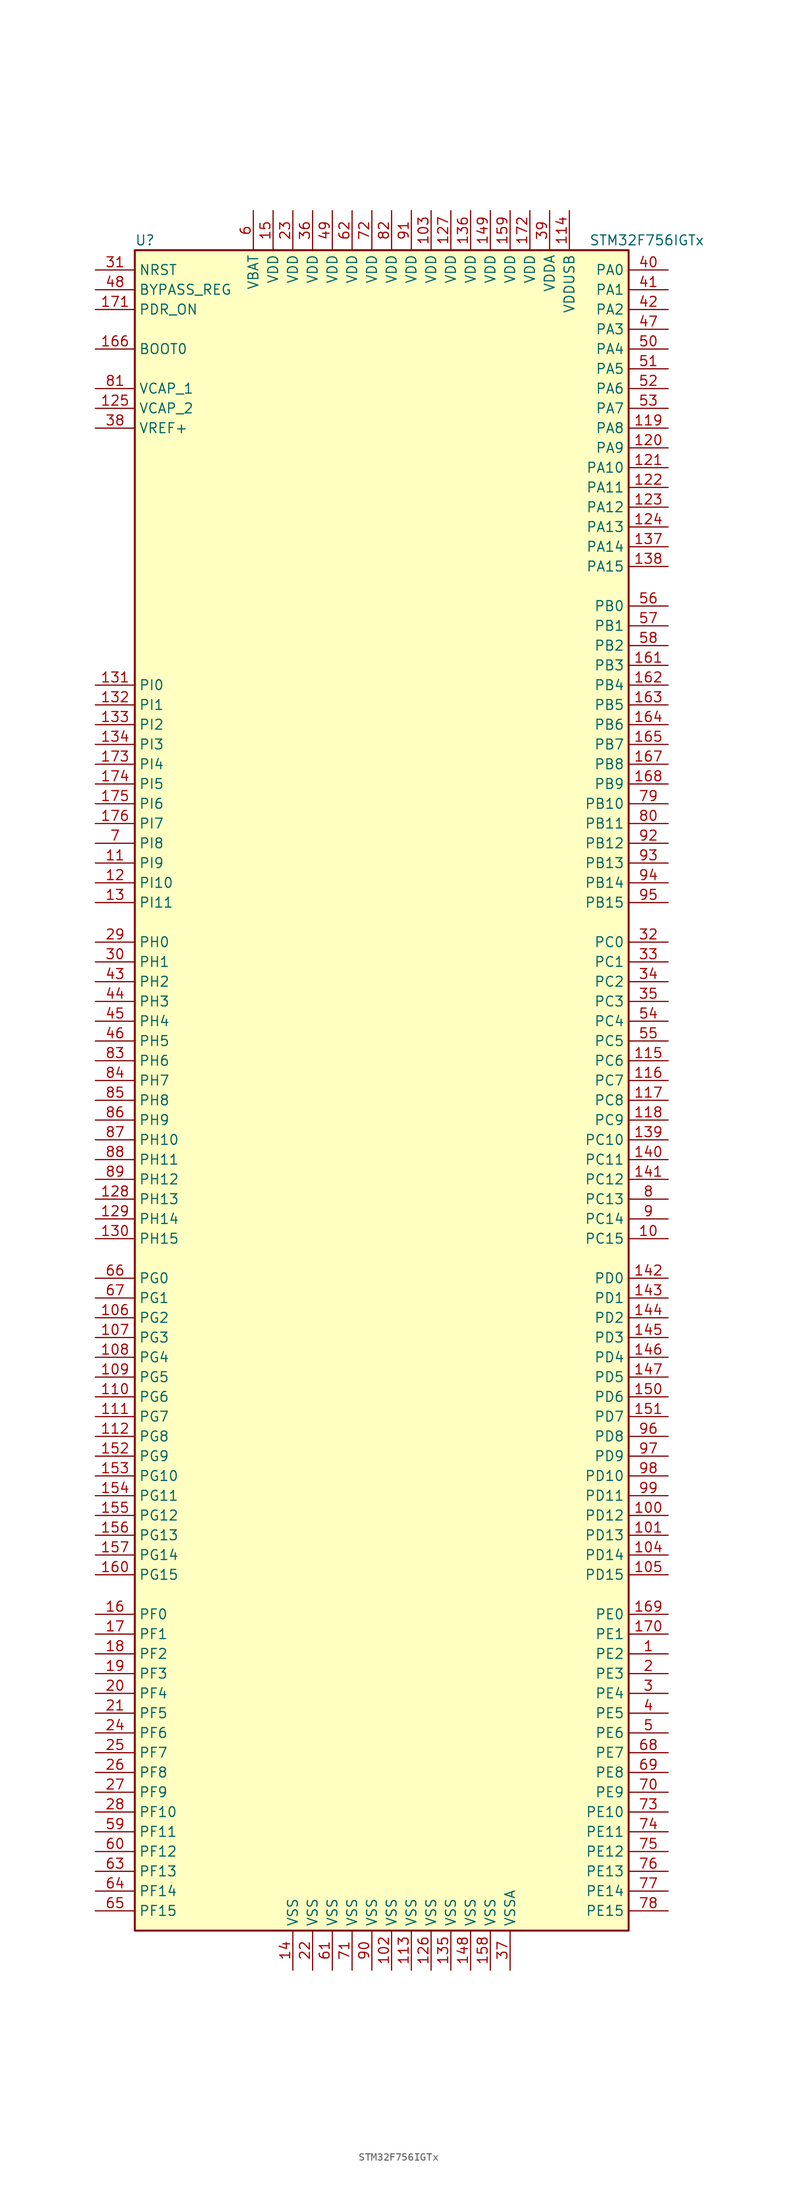
<source format=kicad_sym>
(kicad_symbol_lib
  (version 20201005)
  (generator kicad_symbol_editor)
  (symbol "STM32F756IGTx"
    (property "Reference" "U"
      (at -33.02 107.95 0)
      (effects (font (size 1.27 1.27)) (justify left)))
    (property "Value" "STM32F756IGTx"
      (at 25.4 107.95 0)
      (effects (font (size 1.27 1.27)) (justify left)))
    (symbol "STM32F756IGTx_0_1"
      (rectangle (start -33.02 -109.22) (end 30.48 106.68) (stroke (width 0.254)) (fill (type background))))
    (symbol "STM32F756IGTx_1_1"
      (pin bidirectional line (at 35.56 -73.66 180) (length 5.08) (name "PE2" (effects (font (size 1.27 1.27)))) (number "1" (effects (font (size 1.27 1.27)))))
      (pin bidirectional line (at 35.56 -20.32 180) (length 5.08) (name "PC15" (effects (font (size 1.27 1.27)))) (number "10" (effects (font (size 1.27 1.27)))))
      (pin bidirectional line (at 35.56 -55.88 180) (length 5.08) (name "PD12" (effects (font (size 1.27 1.27)))) (number "100" (effects (font (size 1.27 1.27)))))
      (pin bidirectional line (at 35.56 -58.42 180) (length 5.08) (name "PD13" (effects (font (size 1.27 1.27)))) (number "101" (effects (font (size 1.27 1.27)))))
      (pin power_in line (at 0 -114.3 90) (length 5.08) (name "VSS" (effects (font (size 1.27 1.27)))) (number "102" (effects (font (size 1.27 1.27)))))
      (pin power_in line (at 5.08 111.76 270) (length 5.08) (name "VDD" (effects (font (size 1.27 1.27)))) (number "103" (effects (font (size 1.27 1.27)))))
      (pin bidirectional line (at 35.56 -60.96 180) (length 5.08) (name "PD14" (effects (font (size 1.27 1.27)))) (number "104" (effects (font (size 1.27 1.27)))))
      (pin bidirectional line (at 35.56 -63.5 180) (length 5.08) (name "PD15" (effects (font (size 1.27 1.27)))) (number "105" (effects (font (size 1.27 1.27)))))
      (pin bidirectional line (at -38.1 -30.48 0) (length 5.08) (name "PG2" (effects (font (size 1.27 1.27)))) (number "106" (effects (font (size 1.27 1.27)))))
      (pin bidirectional line (at -38.1 -33.02 0) (length 5.08) (name "PG3" (effects (font (size 1.27 1.27)))) (number "107" (effects (font (size 1.27 1.27)))))
      (pin bidirectional line (at -38.1 -35.56 0) (length 5.08) (name "PG4" (effects (font (size 1.27 1.27)))) (number "108" (effects (font (size 1.27 1.27)))))
      (pin bidirectional line (at -38.1 -38.1 0) (length 5.08) (name "PG5" (effects (font (size 1.27 1.27)))) (number "109" (effects (font (size 1.27 1.27)))))
      (pin bidirectional line (at -38.1 27.94 0) (length 5.08) (name "PI9" (effects (font (size 1.27 1.27)))) (number "11" (effects (font (size 1.27 1.27)))))
      (pin bidirectional line (at -38.1 -40.64 0) (length 5.08) (name "PG6" (effects (font (size 1.27 1.27)))) (number "110" (effects (font (size 1.27 1.27)))))
      (pin bidirectional line (at -38.1 -43.18 0) (length 5.08) (name "PG7" (effects (font (size 1.27 1.27)))) (number "111" (effects (font (size 1.27 1.27)))))
      (pin bidirectional line (at -38.1 -45.72 0) (length 5.08) (name "PG8" (effects (font (size 1.27 1.27)))) (number "112" (effects (font (size 1.27 1.27)))))
      (pin power_in line (at 2.54 -114.3 90) (length 5.08) (name "VSS" (effects (font (size 1.27 1.27)))) (number "113" (effects (font (size 1.27 1.27)))))
      (pin power_in line (at 22.86 111.76 270) (length 5.08) (name "VDDUSB" (effects (font (size 1.27 1.27)))) (number "114" (effects (font (size 1.27 1.27)))))
      (pin bidirectional line (at 35.56 2.54 180) (length 5.08) (name "PC6" (effects (font (size 1.27 1.27)))) (number "115" (effects (font (size 1.27 1.27)))))
      (pin bidirectional line (at 35.56 0 180) (length 5.08) (name "PC7" (effects (font (size 1.27 1.27)))) (number "116" (effects (font (size 1.27 1.27)))))
      (pin bidirectional line (at 35.56 -2.54 180) (length 5.08) (name "PC8" (effects (font (size 1.27 1.27)))) (number "117" (effects (font (size 1.27 1.27)))))
      (pin bidirectional line (at 35.56 -5.08 180) (length 5.08) (name "PC9" (effects (font (size 1.27 1.27)))) (number "118" (effects (font (size 1.27 1.27)))))
      (pin bidirectional line (at 35.56 83.82 180) (length 5.08) (name "PA8" (effects (font (size 1.27 1.27)))) (number "119" (effects (font (size 1.27 1.27)))))
      (pin bidirectional line (at -38.1 25.4 0) (length 5.08) (name "PI10" (effects (font (size 1.27 1.27)))) (number "12" (effects (font (size 1.27 1.27)))))
      (pin bidirectional line (at 35.56 81.28 180) (length 5.08) (name "PA9" (effects (font (size 1.27 1.27)))) (number "120" (effects (font (size 1.27 1.27)))))
      (pin bidirectional line (at 35.56 78.74 180) (length 5.08) (name "PA10" (effects (font (size 1.27 1.27)))) (number "121" (effects (font (size 1.27 1.27)))))
      (pin bidirectional line (at 35.56 76.2 180) (length 5.08) (name "PA11" (effects (font (size 1.27 1.27)))) (number "122" (effects (font (size 1.27 1.27)))))
      (pin bidirectional line (at 35.56 73.66 180) (length 5.08) (name "PA12" (effects (font (size 1.27 1.27)))) (number "123" (effects (font (size 1.27 1.27)))))
      (pin bidirectional line (at 35.56 71.12 180) (length 5.08) (name "PA13" (effects (font (size 1.27 1.27)))) (number "124" (effects (font (size 1.27 1.27)))))
      (pin power_in line (at -38.1 86.36 0) (length 5.08) (name "VCAP_2" (effects (font (size 1.27 1.27)))) (number "125" (effects (font (size 1.27 1.27)))))
      (pin power_in line (at 5.08 -114.3 90) (length 5.08) (name "VSS" (effects (font (size 1.27 1.27)))) (number "126" (effects (font (size 1.27 1.27)))))
      (pin power_in line (at 7.62 111.76 270) (length 5.08) (name "VDD" (effects (font (size 1.27 1.27)))) (number "127" (effects (font (size 1.27 1.27)))))
      (pin bidirectional line (at -38.1 -15.24 0) (length 5.08) (name "PH13" (effects (font (size 1.27 1.27)))) (number "128" (effects (font (size 1.27 1.27)))))
      (pin bidirectional line (at -38.1 -17.78 0) (length 5.08) (name "PH14" (effects (font (size 1.27 1.27)))) (number "129" (effects (font (size 1.27 1.27)))))
      (pin bidirectional line (at -38.1 22.86 0) (length 5.08) (name "PI11" (effects (font (size 1.27 1.27)))) (number "13" (effects (font (size 1.27 1.27)))))
      (pin bidirectional line (at -38.1 -20.32 0) (length 5.08) (name "PH15" (effects (font (size 1.27 1.27)))) (number "130" (effects (font (size 1.27 1.27)))))
      (pin bidirectional line (at -38.1 50.8 0) (length 5.08) (name "PI0" (effects (font (size 1.27 1.27)))) (number "131" (effects (font (size 1.27 1.27)))))
      (pin bidirectional line (at -38.1 48.26 0) (length 5.08) (name "PI1" (effects (font (size 1.27 1.27)))) (number "132" (effects (font (size 1.27 1.27)))))
      (pin bidirectional line (at -38.1 45.72 0) (length 5.08) (name "PI2" (effects (font (size 1.27 1.27)))) (number "133" (effects (font (size 1.27 1.27)))))
      (pin bidirectional line (at -38.1 43.18 0) (length 5.08) (name "PI3" (effects (font (size 1.27 1.27)))) (number "134" (effects (font (size 1.27 1.27)))))
      (pin power_in line (at 7.62 -114.3 90) (length 5.08) (name "VSS" (effects (font (size 1.27 1.27)))) (number "135" (effects (font (size 1.27 1.27)))))
      (pin power_in line (at 10.16 111.76 270) (length 5.08) (name "VDD" (effects (font (size 1.27 1.27)))) (number "136" (effects (font (size 1.27 1.27)))))
      (pin bidirectional line (at 35.56 68.58 180) (length 5.08) (name "PA14" (effects (font (size 1.27 1.27)))) (number "137" (effects (font (size 1.27 1.27)))))
      (pin bidirectional line (at 35.56 66.04 180) (length 5.08) (name "PA15" (effects (font (size 1.27 1.27)))) (number "138" (effects (font (size 1.27 1.27)))))
      (pin bidirectional line (at 35.56 -7.62 180) (length 5.08) (name "PC10" (effects (font (size 1.27 1.27)))) (number "139" (effects (font (size 1.27 1.27)))))
      (pin power_in line (at -12.7 -114.3 90) (length 5.08) (name "VSS" (effects (font (size 1.27 1.27)))) (number "14" (effects (font (size 1.27 1.27)))))
      (pin bidirectional line (at 35.56 -10.16 180) (length 5.08) (name "PC11" (effects (font (size 1.27 1.27)))) (number "140" (effects (font (size 1.27 1.27)))))
      (pin bidirectional line (at 35.56 -12.7 180) (length 5.08) (name "PC12" (effects (font (size 1.27 1.27)))) (number "141" (effects (font (size 1.27 1.27)))))
      (pin bidirectional line (at 35.56 -25.4 180) (length 5.08) (name "PD0" (effects (font (size 1.27 1.27)))) (number "142" (effects (font (size 1.27 1.27)))))
      (pin bidirectional line (at 35.56 -27.94 180) (length 5.08) (name "PD1" (effects (font (size 1.27 1.27)))) (number "143" (effects (font (size 1.27 1.27)))))
      (pin bidirectional line (at 35.56 -30.48 180) (length 5.08) (name "PD2" (effects (font (size 1.27 1.27)))) (number "144" (effects (font (size 1.27 1.27)))))
      (pin bidirectional line (at 35.56 -33.02 180) (length 5.08) (name "PD3" (effects (font (size 1.27 1.27)))) (number "145" (effects (font (size 1.27 1.27)))))
      (pin bidirectional line (at 35.56 -35.56 180) (length 5.08) (name "PD4" (effects (font (size 1.27 1.27)))) (number "146" (effects (font (size 1.27 1.27)))))
      (pin bidirectional line (at 35.56 -38.1 180) (length 5.08) (name "PD5" (effects (font (size 1.27 1.27)))) (number "147" (effects (font (size 1.27 1.27)))))
      (pin power_in line (at 10.16 -114.3 90) (length 5.08) (name "VSS" (effects (font (size 1.27 1.27)))) (number "148" (effects (font (size 1.27 1.27)))))
      (pin power_in line (at 12.7 111.76 270) (length 5.08) (name "VDD" (effects (font (size 1.27 1.27)))) (number "149" (effects (font (size 1.27 1.27)))))
      (pin power_in line (at -15.24 111.76 270) (length 5.08) (name "VDD" (effects (font (size 1.27 1.27)))) (number "15" (effects (font (size 1.27 1.27)))))
      (pin bidirectional line (at 35.56 -40.64 180) (length 5.08) (name "PD6" (effects (font (size 1.27 1.27)))) (number "150" (effects (font (size 1.27 1.27)))))
      (pin bidirectional line (at 35.56 -43.18 180) (length 5.08) (name "PD7" (effects (font (size 1.27 1.27)))) (number "151" (effects (font (size 1.27 1.27)))))
      (pin bidirectional line (at -38.1 -48.26 0) (length 5.08) (name "PG9" (effects (font (size 1.27 1.27)))) (number "152" (effects (font (size 1.27 1.27)))))
      (pin bidirectional line (at -38.1 -50.8 0) (length 5.08) (name "PG10" (effects (font (size 1.27 1.27)))) (number "153" (effects (font (size 1.27 1.27)))))
      (pin bidirectional line (at -38.1 -53.34 0) (length 5.08) (name "PG11" (effects (font (size 1.27 1.27)))) (number "154" (effects (font (size 1.27 1.27)))))
      (pin bidirectional line (at -38.1 -55.88 0) (length 5.08) (name "PG12" (effects (font (size 1.27 1.27)))) (number "155" (effects (font (size 1.27 1.27)))))
      (pin bidirectional line (at -38.1 -58.42 0) (length 5.08) (name "PG13" (effects (font (size 1.27 1.27)))) (number "156" (effects (font (size 1.27 1.27)))))
      (pin bidirectional line (at -38.1 -60.96 0) (length 5.08) (name "PG14" (effects (font (size 1.27 1.27)))) (number "157" (effects (font (size 1.27 1.27)))))
      (pin power_in line (at 12.7 -114.3 90) (length 5.08) (name "VSS" (effects (font (size 1.27 1.27)))) (number "158" (effects (font (size 1.27 1.27)))))
      (pin power_in line (at 15.24 111.76 270) (length 5.08) (name "VDD" (effects (font (size 1.27 1.27)))) (number "159" (effects (font (size 1.27 1.27)))))
      (pin bidirectional line (at -38.1 -68.58 0) (length 5.08) (name "PF0" (effects (font (size 1.27 1.27)))) (number "16" (effects (font (size 1.27 1.27)))))
      (pin bidirectional line (at -38.1 -63.5 0) (length 5.08) (name "PG15" (effects (font (size 1.27 1.27)))) (number "160" (effects (font (size 1.27 1.27)))))
      (pin bidirectional line (at 35.56 53.34 180) (length 5.08) (name "PB3" (effects (font (size 1.27 1.27)))) (number "161" (effects (font (size 1.27 1.27)))))
      (pin bidirectional line (at 35.56 50.8 180) (length 5.08) (name "PB4" (effects (font (size 1.27 1.27)))) (number "162" (effects (font (size 1.27 1.27)))))
      (pin bidirectional line (at 35.56 48.26 180) (length 5.08) (name "PB5" (effects (font (size 1.27 1.27)))) (number "163" (effects (font (size 1.27 1.27)))))
      (pin bidirectional line (at 35.56 45.72 180) (length 5.08) (name "PB6" (effects (font (size 1.27 1.27)))) (number "164" (effects (font (size 1.27 1.27)))))
      (pin bidirectional line (at 35.56 43.18 180) (length 5.08) (name "PB7" (effects (font (size 1.27 1.27)))) (number "165" (effects (font (size 1.27 1.27)))))
      (pin input line (at -38.1 93.98 0) (length 5.08) (name "BOOT0" (effects (font (size 1.27 1.27)))) (number "166" (effects (font (size 1.27 1.27)))))
      (pin bidirectional line (at 35.56 40.64 180) (length 5.08) (name "PB8" (effects (font (size 1.27 1.27)))) (number "167" (effects (font (size 1.27 1.27)))))
      (pin bidirectional line (at 35.56 38.1 180) (length 5.08) (name "PB9" (effects (font (size 1.27 1.27)))) (number "168" (effects (font (size 1.27 1.27)))))
      (pin bidirectional line (at 35.56 -68.58 180) (length 5.08) (name "PE0" (effects (font (size 1.27 1.27)))) (number "169" (effects (font (size 1.27 1.27)))))
      (pin bidirectional line (at -38.1 -71.12 0) (length 5.08) (name "PF1" (effects (font (size 1.27 1.27)))) (number "17" (effects (font (size 1.27 1.27)))))
      (pin bidirectional line (at 35.56 -71.12 180) (length 5.08) (name "PE1" (effects (font (size 1.27 1.27)))) (number "170" (effects (font (size 1.27 1.27)))))
      (pin input line (at -38.1 99.06 0) (length 5.08) (name "PDR_ON" (effects (font (size 1.27 1.27)))) (number "171" (effects (font (size 1.27 1.27)))))
      (pin power_in line (at 17.78 111.76 270) (length 5.08) (name "VDD" (effects (font (size 1.27 1.27)))) (number "172" (effects (font (size 1.27 1.27)))))
      (pin bidirectional line (at -38.1 40.64 0) (length 5.08) (name "PI4" (effects (font (size 1.27 1.27)))) (number "173" (effects (font (size 1.27 1.27)))))
      (pin bidirectional line (at -38.1 38.1 0) (length 5.08) (name "PI5" (effects (font (size 1.27 1.27)))) (number "174" (effects (font (size 1.27 1.27)))))
      (pin bidirectional line (at -38.1 35.56 0) (length 5.08) (name "PI6" (effects (font (size 1.27 1.27)))) (number "175" (effects (font (size 1.27 1.27)))))
      (pin bidirectional line (at -38.1 33.02 0) (length 5.08) (name "PI7" (effects (font (size 1.27 1.27)))) (number "176" (effects (font (size 1.27 1.27)))))
      (pin bidirectional line (at -38.1 -73.66 0) (length 5.08) (name "PF2" (effects (font (size 1.27 1.27)))) (number "18" (effects (font (size 1.27 1.27)))))
      (pin bidirectional line (at -38.1 -76.2 0) (length 5.08) (name "PF3" (effects (font (size 1.27 1.27)))) (number "19" (effects (font (size 1.27 1.27)))))
      (pin bidirectional line (at 35.56 -76.2 180) (length 5.08) (name "PE3" (effects (font (size 1.27 1.27)))) (number "2" (effects (font (size 1.27 1.27)))))
      (pin bidirectional line (at -38.1 -78.74 0) (length 5.08) (name "PF4" (effects (font (size 1.27 1.27)))) (number "20" (effects (font (size 1.27 1.27)))))
      (pin bidirectional line (at -38.1 -81.28 0) (length 5.08) (name "PF5" (effects (font (size 1.27 1.27)))) (number "21" (effects (font (size 1.27 1.27)))))
      (pin power_in line (at -10.16 -114.3 90) (length 5.08) (name "VSS" (effects (font (size 1.27 1.27)))) (number "22" (effects (font (size 1.27 1.27)))))
      (pin power_in line (at -12.7 111.76 270) (length 5.08) (name "VDD" (effects (font (size 1.27 1.27)))) (number "23" (effects (font (size 1.27 1.27)))))
      (pin bidirectional line (at -38.1 -83.82 0) (length 5.08) (name "PF6" (effects (font (size 1.27 1.27)))) (number "24" (effects (font (size 1.27 1.27)))))
      (pin bidirectional line (at -38.1 -86.36 0) (length 5.08) (name "PF7" (effects (font (size 1.27 1.27)))) (number "25" (effects (font (size 1.27 1.27)))))
      (pin bidirectional line (at -38.1 -88.9 0) (length 5.08) (name "PF8" (effects (font (size 1.27 1.27)))) (number "26" (effects (font (size 1.27 1.27)))))
      (pin bidirectional line (at -38.1 -91.44 0) (length 5.08) (name "PF9" (effects (font (size 1.27 1.27)))) (number "27" (effects (font (size 1.27 1.27)))))
      (pin bidirectional line (at -38.1 -93.98 0) (length 5.08) (name "PF10" (effects (font (size 1.27 1.27)))) (number "28" (effects (font (size 1.27 1.27)))))
      (pin input line (at -38.1 17.78 0) (length 5.08) (name "PH0" (effects (font (size 1.27 1.27)))) (number "29" (effects (font (size 1.27 1.27)))))
      (pin bidirectional line (at 35.56 -78.74 180) (length 5.08) (name "PE4" (effects (font (size 1.27 1.27)))) (number "3" (effects (font (size 1.27 1.27)))))
      (pin input line (at -38.1 15.24 0) (length 5.08) (name "PH1" (effects (font (size 1.27 1.27)))) (number "30" (effects (font (size 1.27 1.27)))))
      (pin input line (at -38.1 104.14 0) (length 5.08) (name "NRST" (effects (font (size 1.27 1.27)))) (number "31" (effects (font (size 1.27 1.27)))))
      (pin bidirectional line (at 35.56 17.78 180) (length 5.08) (name "PC0" (effects (font (size 1.27 1.27)))) (number "32" (effects (font (size 1.27 1.27)))))
      (pin bidirectional line (at 35.56 15.24 180) (length 5.08) (name "PC1" (effects (font (size 1.27 1.27)))) (number "33" (effects (font (size 1.27 1.27)))))
      (pin bidirectional line (at 35.56 12.7 180) (length 5.08) (name "PC2" (effects (font (size 1.27 1.27)))) (number "34" (effects (font (size 1.27 1.27)))))
      (pin bidirectional line (at 35.56 10.16 180) (length 5.08) (name "PC3" (effects (font (size 1.27 1.27)))) (number "35" (effects (font (size 1.27 1.27)))))
      (pin power_in line (at -10.16 111.76 270) (length 5.08) (name "VDD" (effects (font (size 1.27 1.27)))) (number "36" (effects (font (size 1.27 1.27)))))
      (pin power_in line (at 15.24 -114.3 90) (length 5.08) (name "VSSA" (effects (font (size 1.27 1.27)))) (number "37" (effects (font (size 1.27 1.27)))))
      (pin power_in line (at -38.1 83.82 0) (length 5.08) (name "VREF+" (effects (font (size 1.27 1.27)))) (number "38" (effects (font (size 1.27 1.27)))))
      (pin power_in line (at 20.32 111.76 270) (length 5.08) (name "VDDA" (effects (font (size 1.27 1.27)))) (number "39" (effects (font (size 1.27 1.27)))))
      (pin bidirectional line (at 35.56 -81.28 180) (length 5.08) (name "PE5" (effects (font (size 1.27 1.27)))) (number "4" (effects (font (size 1.27 1.27)))))
      (pin bidirectional line (at 35.56 104.14 180) (length 5.08) (name "PA0" (effects (font (size 1.27 1.27)))) (number "40" (effects (font (size 1.27 1.27)))))
      (pin bidirectional line (at 35.56 101.6 180) (length 5.08) (name "PA1" (effects (font (size 1.27 1.27)))) (number "41" (effects (font (size 1.27 1.27)))))
      (pin bidirectional line (at 35.56 99.06 180) (length 5.08) (name "PA2" (effects (font (size 1.27 1.27)))) (number "42" (effects (font (size 1.27 1.27)))))
      (pin bidirectional line (at -38.1 12.7 0) (length 5.08) (name "PH2" (effects (font (size 1.27 1.27)))) (number "43" (effects (font (size 1.27 1.27)))))
      (pin bidirectional line (at -38.1 10.16 0) (length 5.08) (name "PH3" (effects (font (size 1.27 1.27)))) (number "44" (effects (font (size 1.27 1.27)))))
      (pin bidirectional line (at -38.1 7.62 0) (length 5.08) (name "PH4" (effects (font (size 1.27 1.27)))) (number "45" (effects (font (size 1.27 1.27)))))
      (pin bidirectional line (at -38.1 5.08 0) (length 5.08) (name "PH5" (effects (font (size 1.27 1.27)))) (number "46" (effects (font (size 1.27 1.27)))))
      (pin bidirectional line (at 35.56 96.52 180) (length 5.08) (name "PA3" (effects (font (size 1.27 1.27)))) (number "47" (effects (font (size 1.27 1.27)))))
      (pin input line (at -38.1 101.6 0) (length 5.08) (name "BYPASS_REG" (effects (font (size 1.27 1.27)))) (number "48" (effects (font (size 1.27 1.27)))))
      (pin power_in line (at -7.62 111.76 270) (length 5.08) (name "VDD" (effects (font (size 1.27 1.27)))) (number "49" (effects (font (size 1.27 1.27)))))
      (pin bidirectional line (at 35.56 -83.82 180) (length 5.08) (name "PE6" (effects (font (size 1.27 1.27)))) (number "5" (effects (font (size 1.27 1.27)))))
      (pin bidirectional line (at 35.56 93.98 180) (length 5.08) (name "PA4" (effects (font (size 1.27 1.27)))) (number "50" (effects (font (size 1.27 1.27)))))
      (pin bidirectional line (at 35.56 91.44 180) (length 5.08) (name "PA5" (effects (font (size 1.27 1.27)))) (number "51" (effects (font (size 1.27 1.27)))))
      (pin bidirectional line (at 35.56 88.9 180) (length 5.08) (name "PA6" (effects (font (size 1.27 1.27)))) (number "52" (effects (font (size 1.27 1.27)))))
      (pin bidirectional line (at 35.56 86.36 180) (length 5.08) (name "PA7" (effects (font (size 1.27 1.27)))) (number "53" (effects (font (size 1.27 1.27)))))
      (pin bidirectional line (at 35.56 7.62 180) (length 5.08) (name "PC4" (effects (font (size 1.27 1.27)))) (number "54" (effects (font (size 1.27 1.27)))))
      (pin bidirectional line (at 35.56 5.08 180) (length 5.08) (name "PC5" (effects (font (size 1.27 1.27)))) (number "55" (effects (font (size 1.27 1.27)))))
      (pin bidirectional line (at 35.56 60.96 180) (length 5.08) (name "PB0" (effects (font (size 1.27 1.27)))) (number "56" (effects (font (size 1.27 1.27)))))
      (pin bidirectional line (at 35.56 58.42 180) (length 5.08) (name "PB1" (effects (font (size 1.27 1.27)))) (number "57" (effects (font (size 1.27 1.27)))))
      (pin bidirectional line (at 35.56 55.88 180) (length 5.08) (name "PB2" (effects (font (size 1.27 1.27)))) (number "58" (effects (font (size 1.27 1.27)))))
      (pin bidirectional line (at -38.1 -96.52 0) (length 5.08) (name "PF11" (effects (font (size 1.27 1.27)))) (number "59" (effects (font (size 1.27 1.27)))))
      (pin power_in line (at -17.78 111.76 270) (length 5.08) (name "VBAT" (effects (font (size 1.27 1.27)))) (number "6" (effects (font (size 1.27 1.27)))))
      (pin bidirectional line (at -38.1 -99.06 0) (length 5.08) (name "PF12" (effects (font (size 1.27 1.27)))) (number "60" (effects (font (size 1.27 1.27)))))
      (pin power_in line (at -7.62 -114.3 90) (length 5.08) (name "VSS" (effects (font (size 1.27 1.27)))) (number "61" (effects (font (size 1.27 1.27)))))
      (pin power_in line (at -5.08 111.76 270) (length 5.08) (name "VDD" (effects (font (size 1.27 1.27)))) (number "62" (effects (font (size 1.27 1.27)))))
      (pin bidirectional line (at -38.1 -101.6 0) (length 5.08) (name "PF13" (effects (font (size 1.27 1.27)))) (number "63" (effects (font (size 1.27 1.27)))))
      (pin bidirectional line (at -38.1 -104.14 0) (length 5.08) (name "PF14" (effects (font (size 1.27 1.27)))) (number "64" (effects (font (size 1.27 1.27)))))
      (pin bidirectional line (at -38.1 -106.68 0) (length 5.08) (name "PF15" (effects (font (size 1.27 1.27)))) (number "65" (effects (font (size 1.27 1.27)))))
      (pin bidirectional line (at -38.1 -25.4 0) (length 5.08) (name "PG0" (effects (font (size 1.27 1.27)))) (number "66" (effects (font (size 1.27 1.27)))))
      (pin bidirectional line (at -38.1 -27.94 0) (length 5.08) (name "PG1" (effects (font (size 1.27 1.27)))) (number "67" (effects (font (size 1.27 1.27)))))
      (pin bidirectional line (at 35.56 -86.36 180) (length 5.08) (name "PE7" (effects (font (size 1.27 1.27)))) (number "68" (effects (font (size 1.27 1.27)))))
      (pin bidirectional line (at 35.56 -88.9 180) (length 5.08) (name "PE8" (effects (font (size 1.27 1.27)))) (number "69" (effects (font (size 1.27 1.27)))))
      (pin bidirectional line (at -38.1 30.48 0) (length 5.08) (name "PI8" (effects (font (size 1.27 1.27)))) (number "7" (effects (font (size 1.27 1.27)))))
      (pin bidirectional line (at 35.56 -91.44 180) (length 5.08) (name "PE9" (effects (font (size 1.27 1.27)))) (number "70" (effects (font (size 1.27 1.27)))))
      (pin power_in line (at -5.08 -114.3 90) (length 5.08) (name "VSS" (effects (font (size 1.27 1.27)))) (number "71" (effects (font (size 1.27 1.27)))))
      (pin power_in line (at -2.54 111.76 270) (length 5.08) (name "VDD" (effects (font (size 1.27 1.27)))) (number "72" (effects (font (size 1.27 1.27)))))
      (pin bidirectional line (at 35.56 -93.98 180) (length 5.08) (name "PE10" (effects (font (size 1.27 1.27)))) (number "73" (effects (font (size 1.27 1.27)))))
      (pin bidirectional line (at 35.56 -96.52 180) (length 5.08) (name "PE11" (effects (font (size 1.27 1.27)))) (number "74" (effects (font (size 1.27 1.27)))))
      (pin bidirectional line (at 35.56 -99.06 180) (length 5.08) (name "PE12" (effects (font (size 1.27 1.27)))) (number "75" (effects (font (size 1.27 1.27)))))
      (pin bidirectional line (at 35.56 -101.6 180) (length 5.08) (name "PE13" (effects (font (size 1.27 1.27)))) (number "76" (effects (font (size 1.27 1.27)))))
      (pin bidirectional line (at 35.56 -104.14 180) (length 5.08) (name "PE14" (effects (font (size 1.27 1.27)))) (number "77" (effects (font (size 1.27 1.27)))))
      (pin bidirectional line (at 35.56 -106.68 180) (length 5.08) (name "PE15" (effects (font (size 1.27 1.27)))) (number "78" (effects (font (size 1.27 1.27)))))
      (pin bidirectional line (at 35.56 35.56 180) (length 5.08) (name "PB10" (effects (font (size 1.27 1.27)))) (number "79" (effects (font (size 1.27 1.27)))))
      (pin bidirectional line (at 35.56 -15.24 180) (length 5.08) (name "PC13" (effects (font (size 1.27 1.27)))) (number "8" (effects (font (size 1.27 1.27)))))
      (pin bidirectional line (at 35.56 33.02 180) (length 5.08) (name "PB11" (effects (font (size 1.27 1.27)))) (number "80" (effects (font (size 1.27 1.27)))))
      (pin power_in line (at -38.1 88.9 0) (length 5.08) (name "VCAP_1" (effects (font (size 1.27 1.27)))) (number "81" (effects (font (size 1.27 1.27)))))
      (pin power_in line (at 0 111.76 270) (length 5.08) (name "VDD" (effects (font (size 1.27 1.27)))) (number "82" (effects (font (size 1.27 1.27)))))
      (pin bidirectional line (at -38.1 2.54 0) (length 5.08) (name "PH6" (effects (font (size 1.27 1.27)))) (number "83" (effects (font (size 1.27 1.27)))))
      (pin bidirectional line (at -38.1 0 0) (length 5.08) (name "PH7" (effects (font (size 1.27 1.27)))) (number "84" (effects (font (size 1.27 1.27)))))
      (pin bidirectional line (at -38.1 -2.54 0) (length 5.08) (name "PH8" (effects (font (size 1.27 1.27)))) (number "85" (effects (font (size 1.27 1.27)))))
      (pin bidirectional line (at -38.1 -5.08 0) (length 5.08) (name "PH9" (effects (font (size 1.27 1.27)))) (number "86" (effects (font (size 1.27 1.27)))))
      (pin bidirectional line (at -38.1 -7.62 0) (length 5.08) (name "PH10" (effects (font (size 1.27 1.27)))) (number "87" (effects (font (size 1.27 1.27)))))
      (pin bidirectional line (at -38.1 -10.16 0) (length 5.08) (name "PH11" (effects (font (size 1.27 1.27)))) (number "88" (effects (font (size 1.27 1.27)))))
      (pin bidirectional line (at -38.1 -12.7 0) (length 5.08) (name "PH12" (effects (font (size 1.27 1.27)))) (number "89" (effects (font (size 1.27 1.27)))))
      (pin bidirectional line (at 35.56 -17.78 180) (length 5.08) (name "PC14" (effects (font (size 1.27 1.27)))) (number "9" (effects (font (size 1.27 1.27)))))
      (pin power_in line (at -2.54 -114.3 90) (length 5.08) (name "VSS" (effects (font (size 1.27 1.27)))) (number "90" (effects (font (size 1.27 1.27)))))
      (pin power_in line (at 2.54 111.76 270) (length 5.08) (name "VDD" (effects (font (size 1.27 1.27)))) (number "91" (effects (font (size 1.27 1.27)))))
      (pin bidirectional line (at 35.56 30.48 180) (length 5.08) (name "PB12" (effects (font (size 1.27 1.27)))) (number "92" (effects (font (size 1.27 1.27)))))
      (pin bidirectional line (at 35.56 27.94 180) (length 5.08) (name "PB13" (effects (font (size 1.27 1.27)))) (number "93" (effects (font (size 1.27 1.27)))))
      (pin bidirectional line (at 35.56 25.4 180) (length 5.08) (name "PB14" (effects (font (size 1.27 1.27)))) (number "94" (effects (font (size 1.27 1.27)))))
      (pin bidirectional line (at 35.56 22.86 180) (length 5.08) (name "PB15" (effects (font (size 1.27 1.27)))) (number "95" (effects (font (size 1.27 1.27)))))
      (pin bidirectional line (at 35.56 -45.72 180) (length 5.08) (name "PD8" (effects (font (size 1.27 1.27)))) (number "96" (effects (font (size 1.27 1.27)))))
      (pin bidirectional line (at 35.56 -48.26 180) (length 5.08) (name "PD9" (effects (font (size 1.27 1.27)))) (number "97" (effects (font (size 1.27 1.27)))))
      (pin bidirectional line (at 35.56 -50.8 180) (length 5.08) (name "PD10" (effects (font (size 1.27 1.27)))) (number "98" (effects (font (size 1.27 1.27)))))
      (pin bidirectional line (at 35.56 -53.34 180) (length 5.08) (name "PD11" (effects (font (size 1.27 1.27)))) (number "99" (effects (font (size 1.27 1.27))))))))
</source>
